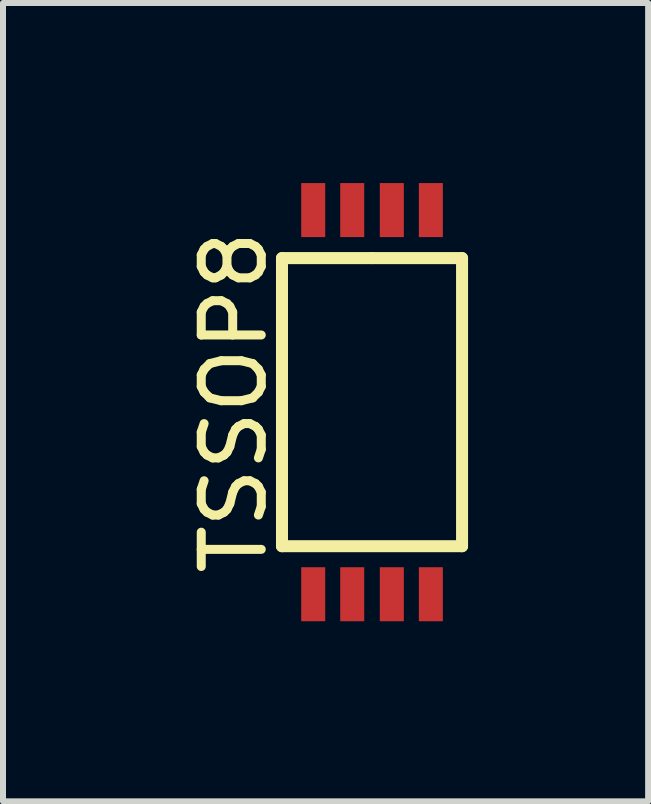
<source format=kicad_pcb>
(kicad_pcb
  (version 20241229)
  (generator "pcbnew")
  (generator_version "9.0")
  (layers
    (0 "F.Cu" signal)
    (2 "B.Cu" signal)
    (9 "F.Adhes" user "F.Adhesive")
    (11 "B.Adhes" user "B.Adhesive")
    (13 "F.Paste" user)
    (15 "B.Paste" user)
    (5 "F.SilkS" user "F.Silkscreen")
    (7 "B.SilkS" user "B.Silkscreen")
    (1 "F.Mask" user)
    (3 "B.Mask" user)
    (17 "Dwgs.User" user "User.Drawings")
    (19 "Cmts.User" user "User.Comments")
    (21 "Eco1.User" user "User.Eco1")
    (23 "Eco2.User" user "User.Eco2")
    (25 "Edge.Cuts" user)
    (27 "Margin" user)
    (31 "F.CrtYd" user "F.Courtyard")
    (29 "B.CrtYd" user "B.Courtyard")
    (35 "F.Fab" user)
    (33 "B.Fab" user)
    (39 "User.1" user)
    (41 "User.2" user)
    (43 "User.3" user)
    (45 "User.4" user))
  (footprint "TSSOP8"
    (layer "F.Cu")
    (at 3.148 3.65)
    (property "Reference" "TSSOP8" (at -2.3 0 90) (layer "F.SilkS") (effects (font (size 1 1) (thickness 0.15))))
    (attr through_hole)
    (fp_line (start -1.5 -2.4) (end -1.5 2.4) (stroke (width 0.2) (type solid)) (layer "F.SilkS"))
    (fp_line (start -1.5 2.4) (end 1.5 2.4) (stroke (width 0.2) (type solid)) (layer "F.SilkS"))
    (fp_line (start 0 -2.4) (end -1.5 -2.4) (stroke (width 0.2) (type solid)) (layer "F.SilkS"))
    (fp_line (start 1.5 -2.4) (end 0 -2.4) (stroke (width 0.2) (type solid)) (layer "F.SilkS"))
    (fp_line (start 1.5 2.4) (end 1.5 -2.4) (stroke (width 0.2) (type solid)) (layer "F.SilkS"))
    (pad "1" smd rect (at -0.98 3.2) (size 0.4 0.9) (layers "F.Cu" "F.Mask" "F.Paste"))
    (pad "2" smd rect (at -0.33 3.2) (size 0.4 0.9) (layers "F.Cu" "F.Mask" "F.Paste"))
    (pad "3" smd rect (at 0.33 3.2) (size 0.4 0.9) (layers "F.Cu" "F.Mask" "F.Paste"))
    (pad "4" smd rect (at 0.98 3.2) (size 0.4 0.9) (layers "F.Cu" "F.Mask" "F.Paste"))
    (pad "5" smd rect (at 0.98 -3.2) (size 0.4 0.9) (layers "F.Cu" "F.Mask" "F.Paste"))
    (pad "6" smd rect (at 0.33 -3.2) (size 0.4 0.9) (layers "F.Cu" "F.Mask" "F.Paste"))
    (pad "7" smd rect (at -0.33 -3.2) (size 0.4 0.9) (layers "F.Cu" "F.Mask" "F.Paste"))
    (pad "8" smd rect (at -0.98 -3.2) (size 0.4 0.9) (layers "F.Cu" "F.Mask" "F.Paste")))
  (gr_rect
    (start -3 -3)
    (end 7.748 10.3)
    (stroke (width 0.1) (type default))
    (fill no)
    (layer "Edge.Cuts")))
</source>
